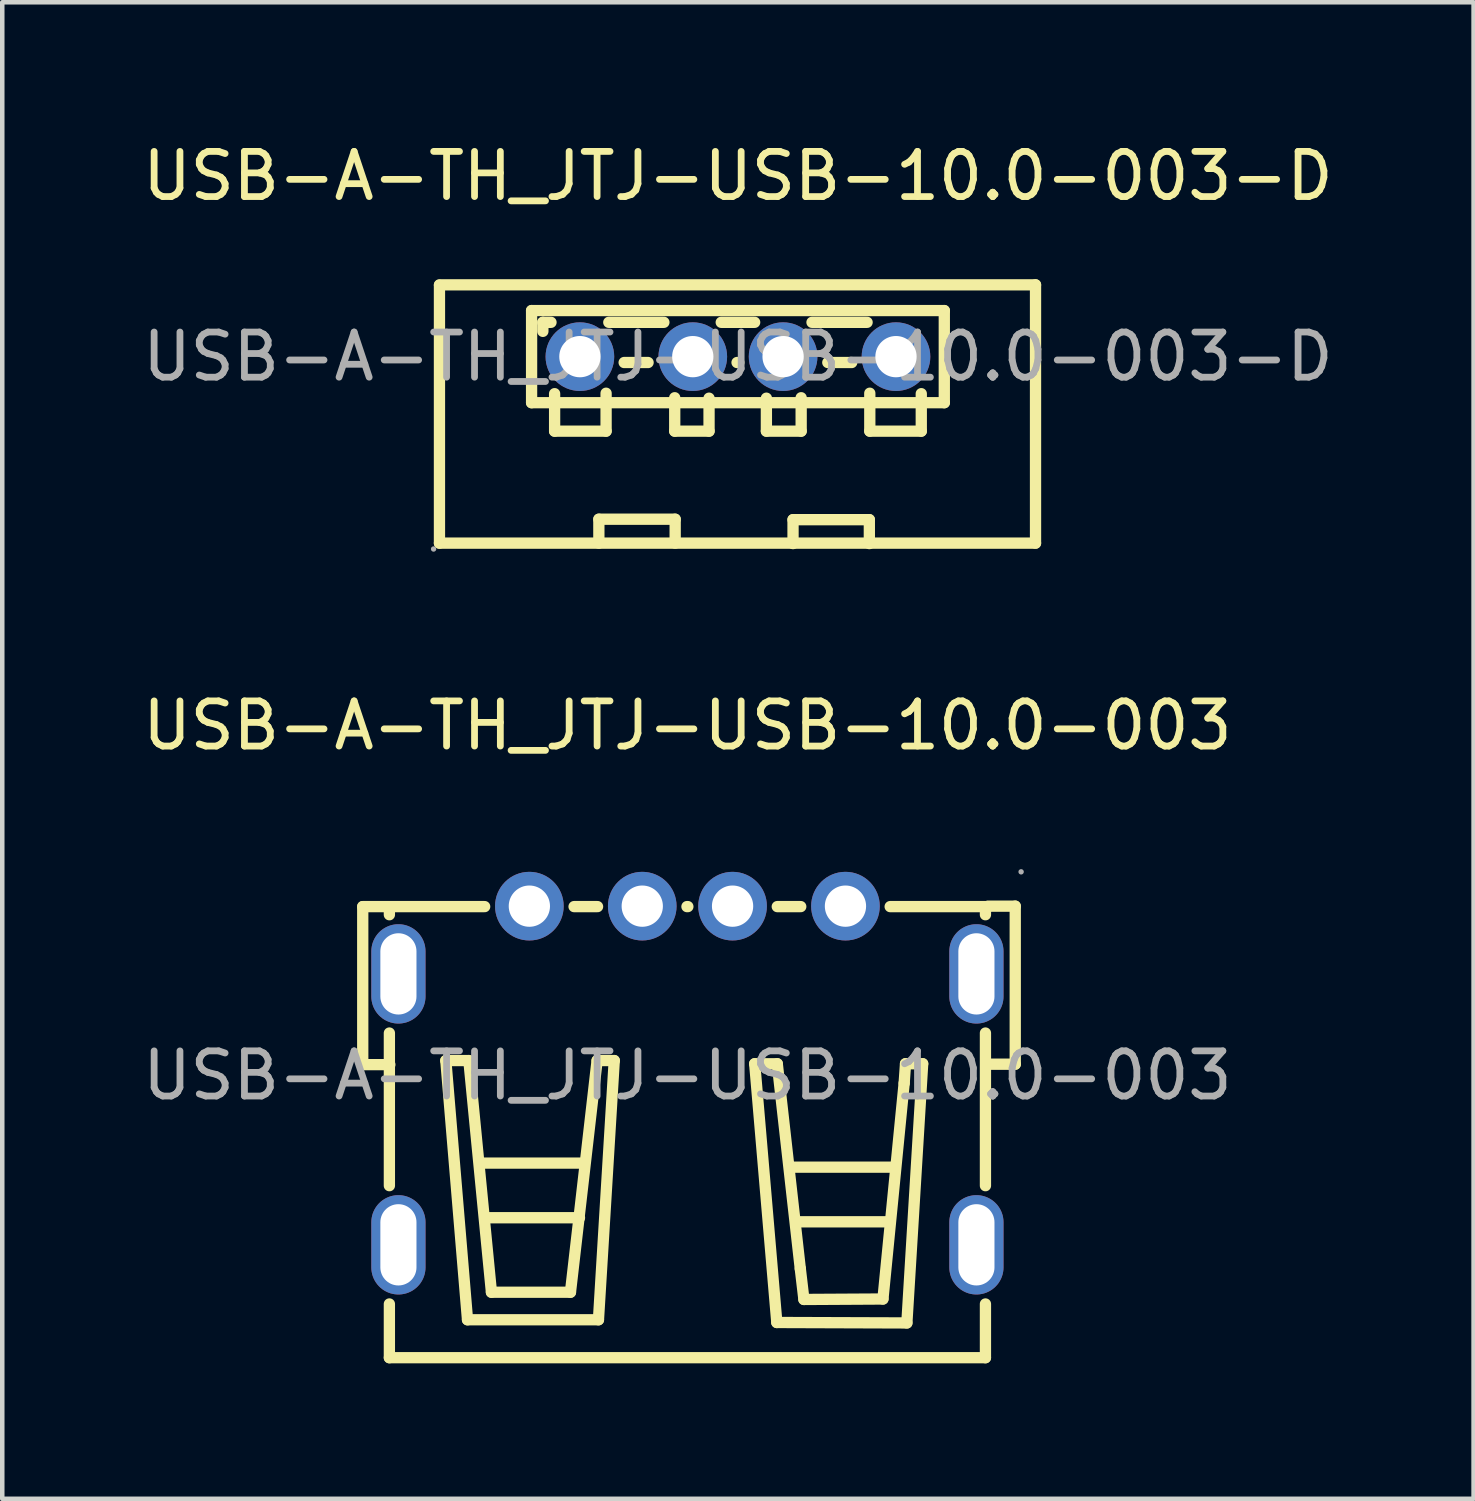
<source format=kicad_pcb>
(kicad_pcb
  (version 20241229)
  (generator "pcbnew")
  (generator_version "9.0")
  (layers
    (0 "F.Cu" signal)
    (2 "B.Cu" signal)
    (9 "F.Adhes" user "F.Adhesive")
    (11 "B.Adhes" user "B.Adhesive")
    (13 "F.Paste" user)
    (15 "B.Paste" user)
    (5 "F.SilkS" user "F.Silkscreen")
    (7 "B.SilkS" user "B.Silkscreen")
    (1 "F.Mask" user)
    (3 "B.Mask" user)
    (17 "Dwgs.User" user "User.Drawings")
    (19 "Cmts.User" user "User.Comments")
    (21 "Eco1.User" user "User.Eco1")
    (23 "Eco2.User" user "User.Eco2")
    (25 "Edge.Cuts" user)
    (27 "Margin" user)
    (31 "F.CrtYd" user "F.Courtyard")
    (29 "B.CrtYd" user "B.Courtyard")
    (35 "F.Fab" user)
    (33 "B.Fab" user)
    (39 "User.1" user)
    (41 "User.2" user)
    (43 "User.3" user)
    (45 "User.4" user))
  (footprint "USB-A-TH_JTJ-USB-10.0-003-D"
    (layer "F.Cu")
    (at 13.292 4.848)
    (property "Reference" "USB-A-TH_JTJ-USB-10.0-003-D" (at 0 -4 0) (layer "F.SilkS") (effects (font (size 1 1) (thickness 0.15))))
    (attr through_hole)
    (fp_line (start -6.61 -1.59) (end 6.59 -1.59) (stroke (width 0.25) (type solid)) (layer "F.SilkS"))
    (fp_line (start -6.61 -1.58) (end -6.61 4.13) (stroke (width 0.25) (type solid)) (layer "F.SilkS"))
    (fp_line (start -6.61 4.13) (end 6.59 4.13) (stroke (width 0.25) (type solid)) (layer "F.SilkS"))
    (fp_line (start -4.57 -1.02) (end -4.57 1.02) (stroke (width 0.25) (type solid)) (layer "F.SilkS"))
    (fp_line (start -4.57 1.02) (end 4.57 1.02) (stroke (width 0.25) (type solid)) (layer "F.SilkS"))
    (fp_line (start -4.32 -0.76) (end -4.14 -0.76) (stroke (width 0.25) (type solid)) (layer "F.SilkS"))
    (fp_line (start -4.32 -0.56) (end -4.32 -0.76) (stroke (width 0.25) (type solid)) (layer "F.SilkS"))
    (fp_line (start -4.06 0.82) (end -4.06 1.65) (stroke (width 0.25) (type solid)) (layer "F.SilkS"))
    (fp_line (start -4.06 1.65) (end -2.92 1.65) (stroke (width 0.25) (type solid)) (layer "F.SilkS"))
    (fp_line (start -3.08 3.6) (end -3.08 4.13) (stroke (width 0.25) (type solid)) (layer "F.SilkS"))
    (fp_line (start -2.92 1.65) (end -2.92 0.81) (stroke (width 0.25) (type solid)) (layer "F.SilkS"))
    (fp_line (start -2.86 -0.76) (end -1.64 -0.76) (stroke (width 0.25) (type solid)) (layer "F.SilkS"))
    (fp_line (start -1.99 0.13) (end -2.52 0.13) (stroke (width 0.25) (type solid)) (layer "F.SilkS"))
    (fp_line (start -1.4 0.91) (end -1.4 1.65) (stroke (width 0.25) (type solid)) (layer "F.SilkS"))
    (fp_line (start -1.4 1.65) (end -0.64 1.65) (stroke (width 0.25) (type solid)) (layer "F.SilkS"))
    (fp_line (start -1.39 3.6) (end -3.08 3.6) (stroke (width 0.25) (type solid)) (layer "F.SilkS"))
    (fp_line (start -1.39 4.13) (end -1.39 3.6) (stroke (width 0.25) (type solid)) (layer "F.SilkS"))
    (fp_line (start -0.64 1.65) (end -0.64 0.92) (stroke (width 0.25) (type solid)) (layer "F.SilkS"))
    (fp_line (start -0.37 -0.76) (end 0.37 -0.76) (stroke (width 0.25) (type solid)) (layer "F.SilkS"))
    (fp_line (start 0.02 0.13) (end -0.02 0.13) (stroke (width 0.25) (type solid)) (layer "F.SilkS"))
    (fp_line (start 0.63 0.92) (end 0.63 1.65) (stroke (width 0.25) (type solid)) (layer "F.SilkS"))
    (fp_line (start 0.63 1.65) (end 1.4 1.65) (stroke (width 0.25) (type solid)) (layer "F.SilkS"))
    (fp_line (start 1.22 3.61) (end 1.22 4.14) (stroke (width 0.25) (type solid)) (layer "F.SilkS"))
    (fp_line (start 1.4 1.65) (end 1.4 0.91) (stroke (width 0.25) (type solid)) (layer "F.SilkS"))
    (fp_line (start 1.64 -0.76) (end 2.86 -0.76) (stroke (width 0.25) (type solid)) (layer "F.SilkS"))
    (fp_line (start 2.52 0.13) (end 1.99 0.13) (stroke (width 0.25) (type solid)) (layer "F.SilkS"))
    (fp_line (start 2.91 3.61) (end 1.22 3.61) (stroke (width 0.25) (type solid)) (layer "F.SilkS"))
    (fp_line (start 2.91 4.14) (end 2.91 3.61) (stroke (width 0.25) (type solid)) (layer "F.SilkS"))
    (fp_line (start 2.92 0.81) (end 2.92 1.65) (stroke (width 0.25) (type solid)) (layer "F.SilkS"))
    (fp_line (start 2.92 1.65) (end 4.06 1.65) (stroke (width 0.25) (type solid)) (layer "F.SilkS"))
    (fp_line (start 4.06 1.65) (end 4.06 0.82) (stroke (width 0.25) (type solid)) (layer "F.SilkS"))
    (fp_line (start 4.57 -1.02) (end -4.57 -1.02) (stroke (width 0.25) (type solid)) (layer "F.SilkS"))
    (fp_line (start 4.57 1.02) (end 4.57 -1.02) (stroke (width 0.25) (type solid)) (layer "F.SilkS"))
    (fp_line (start 6.59 -1.59) (end 6.59 4.13) (stroke (width 0.25) (type solid)) (layer "F.SilkS"))
    (fp_circle (center -6.74 4.26) (end -6.71 4.26) (stroke (width 0.06) (type solid)) (fill no) (layer "F.Fab"))
    (fp_circle (center -3.5 0) (end -3.32 0) (stroke (width 0.36) (type solid)) (fill no) (layer "F.Fab"))
    (fp_circle (center -1 0) (end -0.82 0) (stroke (width 0.36) (type solid)) (fill no) (layer "F.Fab"))
    (fp_circle (center 1 0) (end 1.18 0) (stroke (width 0.36) (type solid)) (fill no) (layer "F.Fab"))
    (fp_circle (center 3.5 0) (end 3.68 0) (stroke (width 0.36) (type solid)) (fill no) (layer "F.Fab"))
    (fp_text user "${REFERENCE}" (at 0 0 0) (layer "F.Fab") (effects (font (size 1 1) (thickness 0.15))))
    (pad "1" thru_hole circle (at -3.5 0) (size 1.52 1.52) (drill 0.914) (layers "*.Cu" "*.Paste" "*.Mask"))
    (pad "2" thru_hole circle (at -1 0) (size 1.52 1.52) (drill 0.914) (layers "*.Cu" "*.Paste" "*.Mask"))
    (pad "3" thru_hole circle (at 1 0) (size 1.52 1.52) (drill 0.914) (layers "*.Cu" "*.Paste" "*.Mask"))
    (pad "4" thru_hole circle (at 3.5 0) (size 1.52 1.52) (drill 0.914) (layers "*.Cu" "*.Paste" "*.Mask")))
  (footprint "USB-A-TH_JTJ-USB-10.0-003"
    (layer "F.Cu")
    (at 12.173 20.767)
    (property "Reference" "USB-A-TH_JTJ-USB-10.0-003" (at 0 -7.75 0) (layer "F.SilkS") (effects (font (size 1 1) (thickness 0.15))))
    (attr through_hole)
    (fp_line (start -7.19 -0.24) (end -7.19 -3.74) (stroke (width 0.25) (type solid)) (layer "F.SilkS"))
    (fp_line (start -6.6 -3.56) (end -6.6 -3.74) (stroke (width 0.25) (type solid)) (layer "F.SilkS"))
    (fp_line (start -6.6 2.44) (end -6.6 -0.94) (stroke (width 0.25) (type solid)) (layer "F.SilkS"))
    (fp_line (start -6.6 6.25) (end -6.6 5.06) (stroke (width 0.25) (type solid)) (layer "F.SilkS"))
    (fp_line (start -6.6 6.25) (end 6.6 6.25) (stroke (width 0.25) (type solid)) (layer "F.SilkS"))
    (fp_line (start -6.59 -3.74) (end -7.19 -3.74) (stroke (width 0.25) (type solid)) (layer "F.SilkS"))
    (fp_line (start -6.59 -3.74) (end -4.49 -3.74) (stroke (width 0.25) (type solid)) (layer "F.SilkS"))
    (fp_line (start -6.59 -0.24) (end -7.19 -0.24) (stroke (width 0.25) (type solid)) (layer "F.SilkS"))
    (fp_line (start -5.35 -0.33) (end -4.84 -0.33) (stroke (width 0.25) (type solid)) (layer "F.SilkS"))
    (fp_line (start -4.87 5.41) (end -5.35 -0.33) (stroke (width 0.25) (type solid)) (layer "F.SilkS"))
    (fp_line (start -4.84 -0.33) (end -4.34 4.8) (stroke (width 0.25) (type solid)) (layer "F.SilkS"))
    (fp_line (start -4.56 1.94) (end -2.3 1.94) (stroke (width 0.25) (type solid)) (layer "F.SilkS"))
    (fp_line (start -4.42 3.15) (end -2.39 3.15) (stroke (width 0.25) (type solid)) (layer "F.SilkS"))
    (fp_line (start -4.34 4.8) (end -2.59 4.8) (stroke (width 0.25) (type solid)) (layer "F.SilkS"))
    (fp_line (start -2.59 4.8) (end -2 -0.33) (stroke (width 0.25) (type solid)) (layer "F.SilkS"))
    (fp_line (start -2.51 -3.74) (end -1.99 -3.74) (stroke (width 0.25) (type solid)) (layer "F.SilkS"))
    (fp_line (start -2 -0.33) (end -1.62 -0.33) (stroke (width 0.25) (type solid)) (layer "F.SilkS"))
    (fp_line (start -1.97 5.41) (end -4.87 5.41) (stroke (width 0.25) (type solid)) (layer "F.SilkS"))
    (fp_line (start -1.62 -0.33) (end -1.97 5.41) (stroke (width 0.25) (type solid)) (layer "F.SilkS"))
    (fp_line (start -0.01 -3.74) (end 0.01 -3.74) (stroke (width 0.25) (type solid)) (layer "F.SilkS"))
    (fp_line (start 1.49 -0.26) (end 1.99 -0.26) (stroke (width 0.25) (type solid)) (layer "F.SilkS"))
    (fp_line (start 1.98 5.47) (end 1.49 -0.26) (stroke (width 0.25) (type solid)) (layer "F.SilkS"))
    (fp_line (start 1.99 -3.74) (end 2.51 -3.74) (stroke (width 0.25) (type solid)) (layer "F.SilkS"))
    (fp_line (start 1.99 -0.26) (end 2.5 4.28) (stroke (width 0.25) (type solid)) (layer "F.SilkS"))
    (fp_line (start 2.32 2.03) (end 4.58 2.03) (stroke (width 0.25) (type solid)) (layer "F.SilkS"))
    (fp_line (start 2.46 3.24) (end 4.49 3.24) (stroke (width 0.25) (type solid)) (layer "F.SilkS"))
    (fp_line (start 2.5 4.28) (end 2.58 4.96) (stroke (width 0.25) (type solid)) (layer "F.SilkS"))
    (fp_line (start 2.58 4.96) (end 4.33 4.95) (stroke (width 0.25) (type solid)) (layer "F.SilkS"))
    (fp_line (start 4.33 4.95) (end 4.8 0.17) (stroke (width 0.25) (type solid)) (layer "F.SilkS"))
    (fp_line (start 4.49 -3.74) (end 6.66 -3.74) (stroke (width 0.25) (type solid)) (layer "F.SilkS"))
    (fp_line (start 4.8 0.17) (end 4.83 -0.26) (stroke (width 0.25) (type solid)) (layer "F.SilkS"))
    (fp_line (start 4.83 -0.26) (end 5.21 -0.26) (stroke (width 0.25) (type solid)) (layer "F.SilkS"))
    (fp_line (start 4.86 5.48) (end 1.98 5.47) (stroke (width 0.25) (type solid)) (layer "F.SilkS"))
    (fp_line (start 5.21 -0.26) (end 4.86 5.48) (stroke (width 0.25) (type solid)) (layer "F.SilkS"))
    (fp_line (start 6.6 -3.56) (end 6.6 -3.74) (stroke (width 0.25) (type solid)) (layer "F.SilkS"))
    (fp_line (start 6.6 2.44) (end 6.6 -0.94) (stroke (width 0.25) (type solid)) (layer "F.SilkS"))
    (fp_line (start 6.6 6.25) (end 6.6 5.06) (stroke (width 0.25) (type solid)) (layer "F.SilkS"))
    (fp_line (start 6.66 -3.75) (end 7.26 -3.75) (stroke (width 0.25) (type solid)) (layer "F.SilkS"))
    (fp_line (start 6.66 -0.25) (end 7.26 -0.25) (stroke (width 0.25) (type solid)) (layer "F.SilkS"))
    (fp_line (start 7.26 -3.75) (end 7.26 -0.25) (stroke (width 0.25) (type solid)) (layer "F.SilkS"))
    (fp_circle (center -3.5 -3.75) (end -3.32 -3.75) (stroke (width 0.36) (type solid)) (fill no) (layer "F.Fab"))
    (fp_circle (center -1 -3.75) (end -0.82 -3.75) (stroke (width 0.36) (type solid)) (fill no) (layer "F.Fab"))
    (fp_circle (center 1 -3.75) (end 1.18 -3.75) (stroke (width 0.36) (type solid)) (fill no) (layer "F.Fab"))
    (fp_circle (center 3.5 -3.75) (end 3.68 -3.75) (stroke (width 0.36) (type solid)) (fill no) (layer "F.Fab"))
    (fp_circle (center 7.39 -4.51) (end 7.42 -4.51) (stroke (width 0.06) (type solid)) (fill no) (layer "F.Fab"))
    (fp_text user "${REFERENCE}" (at 0 0 0) (layer "F.Fab") (effects (font (size 1 1) (thickness 0.15))))
    (pad "1" thru_hole circle (at 3.5 -3.75) (size 1.52 1.52) (drill 0.914) (layers "*.Cu" "*.Paste" "*.Mask"))
    (pad "2" thru_hole circle (at 1 -3.75) (size 1.52 1.52) (drill 0.914) (layers "*.Cu" "*.Paste" "*.Mask"))
    (pad "3" thru_hole circle (at -1 -3.75) (size 1.52 1.52) (drill 0.914) (layers "*.Cu" "*.Paste" "*.Mask"))
    (pad "4" thru_hole circle (at -3.5 -3.75) (size 1.52 1.52) (drill 0.914) (layers "*.Cu" "*.Paste" "*.Mask"))
    (pad "5" thru_hole oval (at -6.4 -2.25 270) (size 2.2 1.2) (drill oval 1.8 0.8) (layers "*.Cu" "*.Paste" "*.Mask"))
    (pad "6" thru_hole oval (at -6.4 3.75 90) (size 2.2 1.2) (drill oval 1.8 0.8) (layers "*.Cu" "*.Paste" "*.Mask"))
    (pad "7" thru_hole oval (at 6.4 3.75 90) (size 2.2 1.2) (drill oval 1.8 0.8) (layers "*.Cu" "*.Paste" "*.Mask"))
    (pad "8" thru_hole oval (at 6.4 -2.25 90) (size 2.2 1.2) (drill oval 1.8 0.8) (layers "*.Cu" "*.Paste" "*.Mask")))
  (gr_rect
    (start -3 -3)
    (end 29.583 30.142)
    (stroke (width 0.1) (type default))
    (fill no)
    (layer "Edge.Cuts")))
</source>
